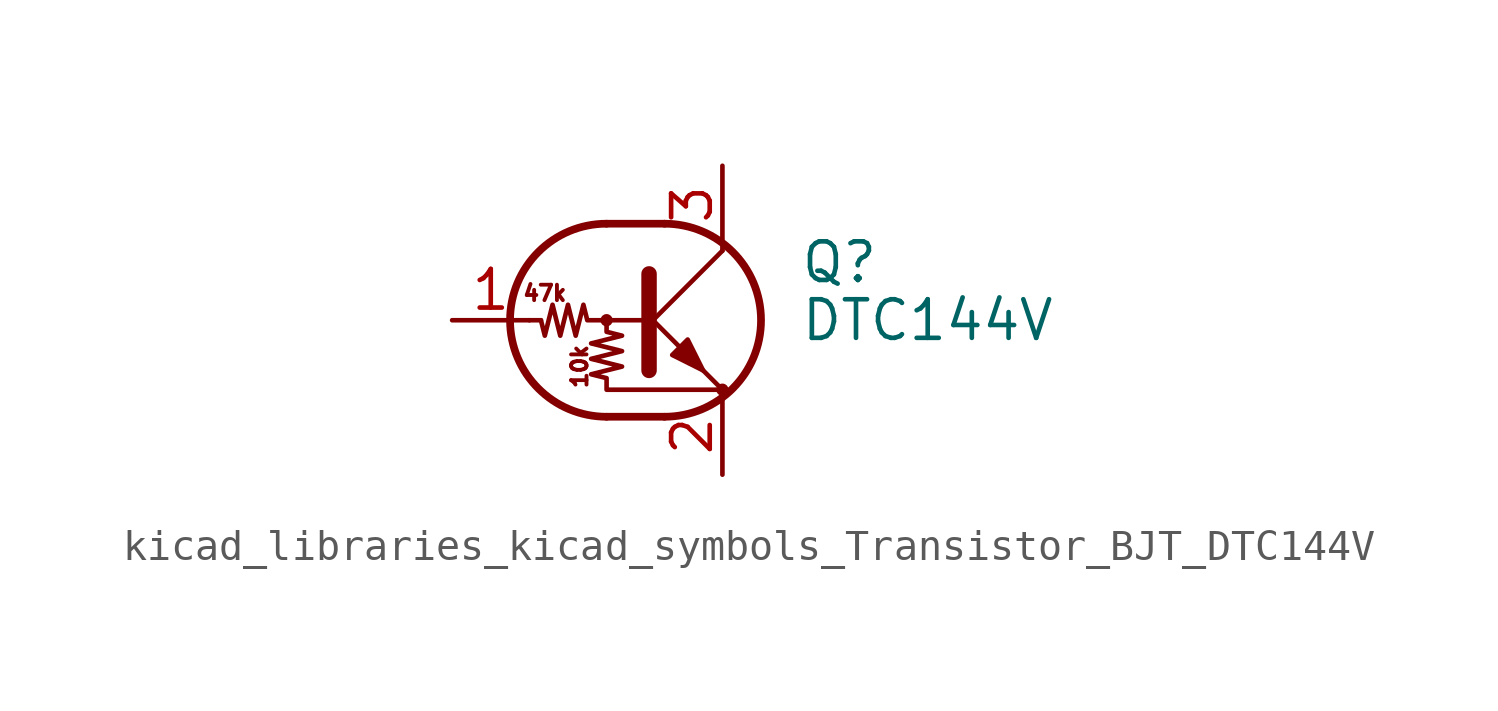
<source format=kicad_sym>
(kicad_symbol_lib
  (version 20220914)
  (generator kicad_symbol_editor)
  (symbol "kicad_libraries_kicad_symbols_Transistor_BJT_DTC144V"
    (pin_names
      (offset 0) hide)
    (property "Reference" "Q"
      (at 5.08 1.905 0)
      (effects (font (size 1.27 1.27)) (justify left)))
    (property "Value" "DTC144V"
      (at 5.08 0 0)
      (effects (font (size 1.27 1.27)) (justify left)))
    (symbol "kicad_libraries_kicad_symbols_Transistor_BJT_DTC144V_0_0"
      (text "10k" (at -2.159 -1.524 900) (effects (font (size 0.508 0.508))))
      (text "47k" (at -3.302 0.889 0) (effects (font (size 0.508 0.508)))))
    (symbol "kicad_libraries_kicad_symbols_Transistor_BJT_DTC144V_0_1"
      (circle (center -1.27 0) (radius 0.127) (stroke (width 0) (type default)) (fill (type none)))
      (arc (start -1.27 3.175) (mid -4.4312 0) (end -1.27 -3.175) (stroke (width 0.254) (type default)) (fill (type none)))
      (polyline (pts (xy -3.429 0) (xy -3.81 0)) (stroke (width 0) (type default)) (fill (type none)))
      (polyline (pts (xy -1.27 -3.175) (xy 0.635 -3.175)) (stroke (width 0.254) (type default)) (fill (type none)))
      (polyline (pts (xy -1.27 3.175) (xy 0.635 3.175)) (stroke (width 0.254) (type default)) (fill (type none)))
      (polyline (pts (xy 0 -0.254) (xy 2.54 2.286)) (stroke (width 0) (type default)) (fill (type none)))
      (polyline (pts (xy 0.127 1.524) (xy 0.127 -1.651)) (stroke (width 0.508) (type default)) (fill (type outline)))
      (polyline (pts (xy 2.54 2.286) (xy 2.54 2.54)) (stroke (width 0) (type default)) (fill (type none)))
      (polyline (pts (xy 2.54 -2.286) (xy 0 0.254) (xy 0 0.254)) (stroke (width 0) (type default)) (fill (type none)))
      (polyline (pts (xy 0.889 -1.143) (xy 1.397 -0.635) (xy 1.905 -1.651) (xy 0.889 -1.143)) (stroke (width 0) (type default)) (fill (type outline)))
      (polyline (pts (xy 0 0) (xy -1.905 0) (xy -2.032 0.508) (xy -2.286 -0.508) (xy -2.54 0.508) (xy -2.794 -0.508) (xy -3.048 0.508) (xy -3.302 -0.508) (xy -3.429 0)) (stroke (width 0) (type default)) (fill (type none)))
      (polyline (pts (xy -1.27 0) (xy -1.27 -0.381) (xy -0.762 -0.508) (xy -1.778 -0.762) (xy -0.762 -1.016) (xy -1.778 -1.27) (xy -0.762 -1.524) (xy -1.778 -1.778) (xy -1.27 -1.905) (xy -1.27 -2.286) (xy 2.54 -2.286)) (stroke (width 0) (type default)) (fill (type none)))
      (arc (start 0.635 -3.175) (mid 3.7962 0) (end 0.635 3.175) (stroke (width 0.254) (type default)) (fill (type none)))
      (circle (center 2.54 -2.286) (radius 0.127) (stroke (width 0) (type default)) (fill (type none))))
    (symbol "kicad_libraries_kicad_symbols_Transistor_BJT_DTC144V_1_1"
      (pin input line (at -6.35 0 0) (length 2.54) (name "B" (effects (font (size 1.27 1.27)))) (number "1" (effects (font (size 1.27 1.27)))))
      (pin passive line (at 2.54 -5.08 90) (length 2.54) (name "E" (effects (font (size 1.27 1.27)))) (number "2" (effects (font (size 1.27 1.27)))))
      (pin passive line (at 2.54 5.08 270) (length 2.54) (name "C" (effects (font (size 1.27 1.27)))) (number "3" (effects (font (size 1.27 1.27))))))))
</source>
